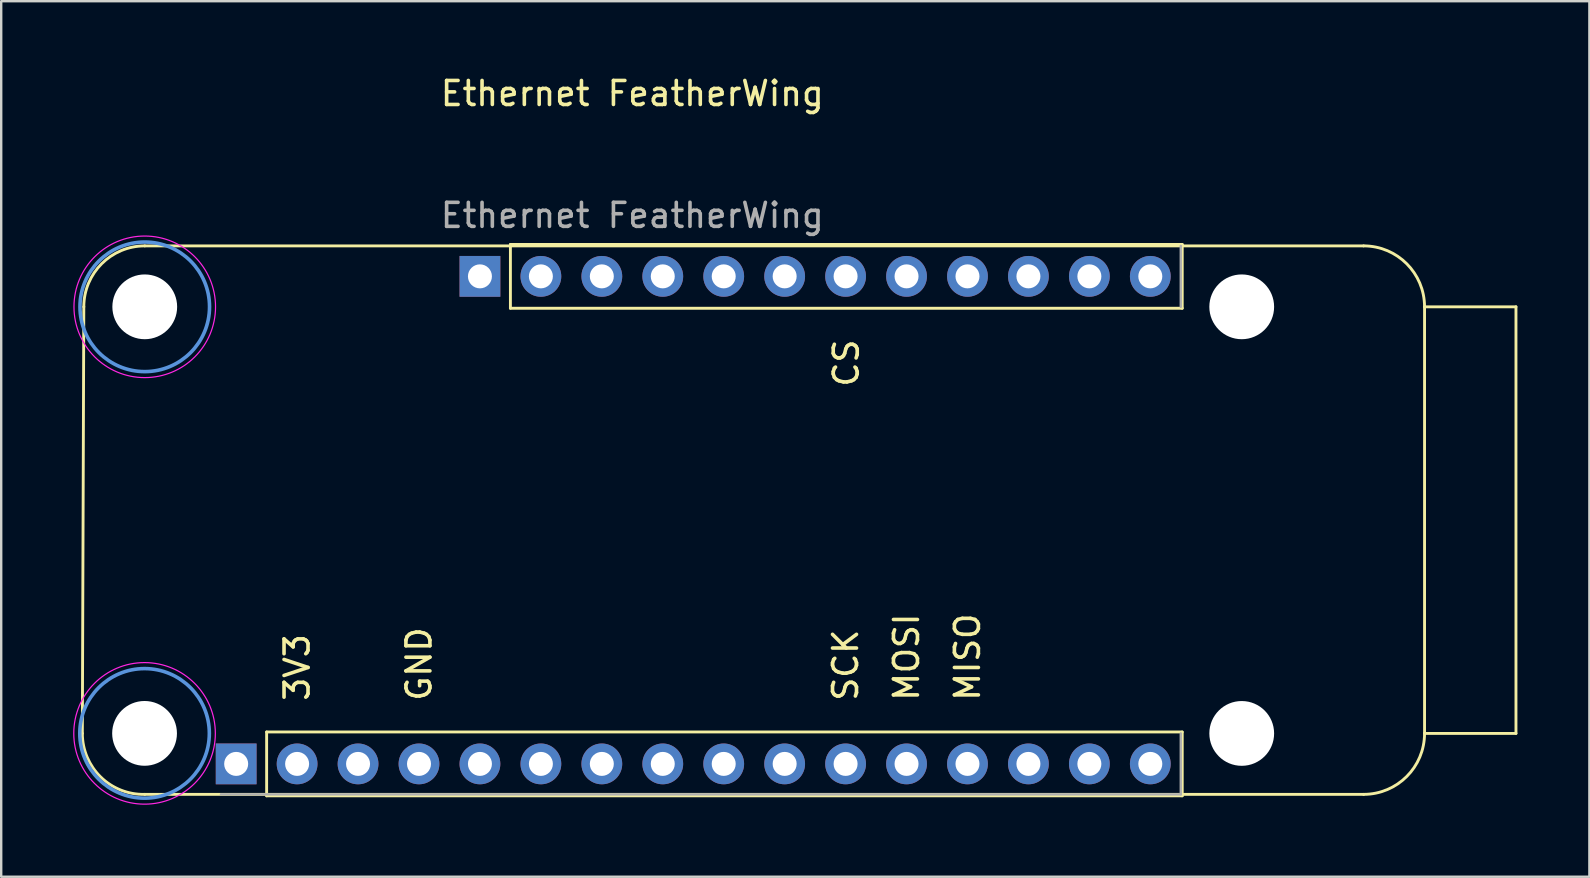
<source format=kicad_pcb>
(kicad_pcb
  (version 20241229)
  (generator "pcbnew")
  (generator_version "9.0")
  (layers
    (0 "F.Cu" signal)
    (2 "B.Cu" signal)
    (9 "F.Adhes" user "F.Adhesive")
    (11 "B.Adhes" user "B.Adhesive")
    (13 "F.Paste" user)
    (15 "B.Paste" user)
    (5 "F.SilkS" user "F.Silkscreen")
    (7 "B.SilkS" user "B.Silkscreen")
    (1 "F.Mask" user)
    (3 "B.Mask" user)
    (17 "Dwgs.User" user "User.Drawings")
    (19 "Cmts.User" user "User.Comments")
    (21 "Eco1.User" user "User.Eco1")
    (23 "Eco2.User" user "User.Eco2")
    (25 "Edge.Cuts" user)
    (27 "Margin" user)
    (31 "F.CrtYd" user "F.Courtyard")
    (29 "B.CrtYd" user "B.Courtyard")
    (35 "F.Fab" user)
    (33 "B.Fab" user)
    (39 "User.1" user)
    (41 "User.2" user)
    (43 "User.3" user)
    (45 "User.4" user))
  (footprint "Ethernet FeatherWing"
    (layer "F.Cu")
    (at 23.303 8.468)
    (property "Reference" "Ethernet FeatherWing" (at 0 -7.62 0) (unlocked yes) (layer "F.SilkS") (effects (font (size 1 1) (thickness 0.15))))
    (attr through_hole)
    (fp_line (start -22.921 19.05) (end -22.86 1.27) (stroke (width 0.12) (type solid)) (layer "F.SilkS"))
    (fp_line (start -20.32 -1.27) (end 30.48 -1.27) (stroke (width 0.12) (type solid)) (layer "F.SilkS"))
    (fp_line (start -20.32 21.59) (end 30.48 21.59) (stroke (width 0.12) (type solid)) (layer "F.SilkS"))
    (fp_line (start -15.24 18.99) (end 22.92 18.99) (stroke (width 0.12) (type solid)) (layer "F.SilkS"))
    (fp_line (start -15.24 21.65) (end -15.24 18.99) (stroke (width 0.12) (type solid)) (layer "F.SilkS"))
    (fp_line (start -15.24 21.65) (end 22.92 21.65) (stroke (width 0.12) (type solid)) (layer "F.SilkS"))
    (fp_line (start -5.08 -1.33) (end 22.92 -1.33) (stroke (width 0.12) (type solid)) (layer "F.SilkS"))
    (fp_line (start -5.08 1.33) (end -5.08 -1.33) (stroke (width 0.12) (type solid)) (layer "F.SilkS"))
    (fp_line (start -5.08 1.33) (end 22.92 1.33) (stroke (width 0.12) (type solid)) (layer "F.SilkS"))
    (fp_line (start 22.92 1.33) (end 22.92 -1.33) (stroke (width 0.12) (type solid)) (layer "F.SilkS"))
    (fp_line (start 22.92 21.65) (end 22.92 18.99) (stroke (width 0.12) (type solid)) (layer "F.SilkS"))
    (fp_line (start 33.02 1.27) (end 33.02 19.05) (stroke (width 0.12) (type solid)) (layer "F.SilkS"))
    (fp_line (start 33.02 1.27) (end 36.83 1.27) (stroke (width 0.12) (type solid)) (layer "F.SilkS"))
    (fp_line (start 33.02 19.05) (end 36.83 19.05) (stroke (width 0.12) (type solid)) (layer "F.SilkS"))
    (fp_line (start 36.83 1.27) (end 36.83 19.05) (stroke (width 0.12) (type solid)) (layer "F.SilkS"))
    (fp_arc (start -22.86 1.27) (mid -22.116051 -0.526051) (end -20.32 -1.27) (stroke (width 0.12) (type solid)) (layer "F.SilkS"))
    (fp_arc (start -20.32 21.589999) (mid -22.155212 20.867641) (end -22.920708 19.05) (stroke (width 0.12) (type solid)) (layer "F.SilkS"))
    (fp_arc (start 30.48 -1.27) (mid 32.276051 -0.526051) (end 33.02 1.27) (stroke (width 0.12) (type solid)) (layer "F.SilkS"))
    (fp_arc (start 33.02 19.05) (mid 32.276051 20.846051) (end 30.48 21.59) (stroke (width 0.12) (type solid)) (layer "F.SilkS"))
    (fp_circle (center -20.328 19.048) (end -17.628 19.048) (stroke (width 0.15) (type solid)) (fill no) (layer "Cmts.User"))
    (fp_circle (center -20.32 1.27) (end -17.62 1.27) (stroke (width 0.15) (type solid)) (fill no) (layer "Cmts.User"))
    (fp_circle (center -20.328 19.048) (end -17.378 19.048) (stroke (width 0.05) (type solid)) (fill no) (layer "F.CrtYd"))
    (fp_circle (center -20.32 1.27) (end -17.37 1.27) (stroke (width 0.05) (type solid)) (fill no) (layer "F.CrtYd"))
    (fp_line (start 22.86 -1.27) (end 22.86 1.27) (stroke (width 0.1) (type solid)) (layer "F.Fab"))
    (fp_line (start 22.86 19.05) (end 22.86 21.59) (stroke (width 0.1) (type solid)) (layer "F.Fab"))
    (fp_line (start 22.86 21.59) (end -17.145 21.59) (stroke (width 0.1) (type solid)) (layer "F.Fab"))
    (fp_text user "GND" (at -8.89 17.78 90) (unlocked yes) (layer "F.SilkS") (effects (font (size 1 1) (thickness 0.15)) (justify left)))
    (fp_text user "SCK" (at 8.89 17.78 90) (unlocked yes) (layer "F.SilkS") (effects (font (size 1 1) (thickness 0.15)) (justify left)))
    (fp_text user "3V3" (at -13.97 17.78 90) (unlocked yes) (layer "F.SilkS") (effects (font (size 1 1) (thickness 0.15)) (justify left)))
    (fp_text user "MISO" (at 13.97 17.78 90) (unlocked yes) (layer "F.SilkS") (effects (font (size 1 1) (thickness 0.15)) (justify left)))
    (fp_text user "CS" (at 8.92 2.54 90) (unlocked yes) (layer "F.SilkS") (effects (font (size 1 1) (thickness 0.15)) (justify right)))
    (fp_text user "MOSI" (at 11.43 17.78 90) (unlocked yes) (layer "F.SilkS") (effects (font (size 1 1) (thickness 0.15)) (justify left)))
    (fp_text user "${REFERENCE}" (at 0 -2.54 0) (unlocked yes) (layer "F.Fab") (effects (font (size 1 1) (thickness 0.15))))
    (pad "" np_thru_hole circle (at -20.328 19.048) (size 2.7 2.7) (drill 2.7) (layers "*.Cu" "*.Mask"))
    (pad "" np_thru_hole circle (at -20.32 1.27) (size 2.7 2.7) (drill 2.7) (layers "*.Cu" "*.Mask"))
    (pad "" thru_hole rect (at -16.51 20.32 90) (size 1.7 1.7) (drill 1) (layers "*.Cu" "*.Mask"))
    (pad "" thru_hole oval (at -11.43 20.32 90) (size 1.7 1.7) (drill 1) (layers "*.Cu" "*.Mask"))
    (pad "" thru_hole rect (at -6.35 0 90) (size 1.7 1.7) (drill 1) (layers "*.Cu" "*.Mask"))
    (pad "" thru_hole oval (at -6.35 20.32 90) (size 1.7 1.7) (drill 1) (layers "*.Cu" "*.Mask"))
    (pad "" thru_hole oval (at -3.81 0 90) (size 1.7 1.7) (drill 1) (layers "*.Cu" "*.Mask"))
    (pad "" thru_hole oval (at -3.81 20.32 90) (size 1.7 1.7) (drill 1) (layers "*.Cu" "*.Mask"))
    (pad "" thru_hole oval (at -1.27 0 90) (size 1.7 1.7) (drill 1) (layers "*.Cu" "*.Mask"))
    (pad "" thru_hole oval (at -1.27 20.32 90) (size 1.7 1.7) (drill 1) (layers "*.Cu" "*.Mask"))
    (pad "" thru_hole oval (at 1.27 0 90) (size 1.7 1.7) (drill 1) (layers "*.Cu" "*.Mask"))
    (pad "" thru_hole oval (at 1.27 20.32 90) (size 1.7 1.7) (drill 1) (layers "*.Cu" "*.Mask"))
    (pad "" thru_hole oval (at 3.81 0 90) (size 1.7 1.7) (drill 1) (layers "*.Cu" "*.Mask"))
    (pad "" thru_hole oval (at 3.81 20.32 90) (size 1.7 1.7) (drill 1) (layers "*.Cu" "*.Mask"))
    (pad "" thru_hole oval (at 6.35 0 90) (size 1.7 1.7) (drill 1) (layers "*.Cu" "*.Mask"))
    (pad "" thru_hole oval (at 6.35 20.32 90) (size 1.7 1.7) (drill 1) (layers "*.Cu" "*.Mask"))
    (pad "" thru_hole oval (at 11.43 0 90) (size 1.7 1.7) (drill 1) (layers "*.Cu" "*.Mask"))
    (pad "" thru_hole oval (at 13.97 0 90) (size 1.7 1.7) (drill 1) (layers "*.Cu" "*.Mask"))
    (pad "" thru_hole oval (at 16.51 0 90) (size 1.7 1.7) (drill 1) (layers "*.Cu" "*.Mask"))
    (pad "" thru_hole oval (at 16.51 20.32 90) (size 1.7 1.7) (drill 1) (layers "*.Cu" "*.Mask"))
    (pad "" thru_hole oval (at 19.05 0 90) (size 1.7 1.7) (drill 1) (layers "*.Cu" "*.Mask"))
    (pad "" thru_hole oval (at 19.05 20.32 90) (size 1.7 1.7) (drill 1) (layers "*.Cu" "*.Mask"))
    (pad "" thru_hole oval (at 21.59 0 90) (size 1.7 1.7) (drill 1) (layers "*.Cu" "*.Mask"))
    (pad "" thru_hole oval (at 21.59 20.32 90) (size 1.7 1.7) (drill 1) (layers "*.Cu" "*.Mask"))
    (pad "" np_thru_hole circle (at 25.4 1.27) (size 2.7 2.7) (drill 2.7) (layers "*.Cu" "*.Mask"))
    (pad "" np_thru_hole circle (at 25.4 19.05) (size 2.7 2.7) (drill 2.7) (layers "*.Cu" "*.Mask"))
    (pad "1" thru_hole oval (at -13.97 20.32 90) (size 1.7 1.7) (drill 1) (layers "*.Cu" "*.Mask"))
    (pad "2" thru_hole oval (at 11.43 20.32 90) (size 1.7 1.7) (drill 1) (layers "*.Cu" "*.Mask"))
    (pad "3" thru_hole oval (at 13.97 20.32 90) (size 1.7 1.7) (drill 1) (layers "*.Cu" "*.Mask"))
    (pad "4" thru_hole oval (at 8.89 20.32 90) (size 1.7 1.7) (drill 1) (layers "*.Cu" "*.Mask"))
    (pad "5" thru_hole oval (at 8.89 0 90) (size 1.7 1.7) (drill 1) (layers "*.Cu" "*.Mask"))
    (pad "6" thru_hole oval (at -8.89 20.32 90) (size 1.7 1.7) (drill 1) (layers "*.Cu" "*.Mask")))
  (gr_rect
    (start -3 -3)
    (end 63.193 33.492)
    (stroke (width 0.1) (type default))
    (fill no)
    (layer "Edge.Cuts")))
</source>
